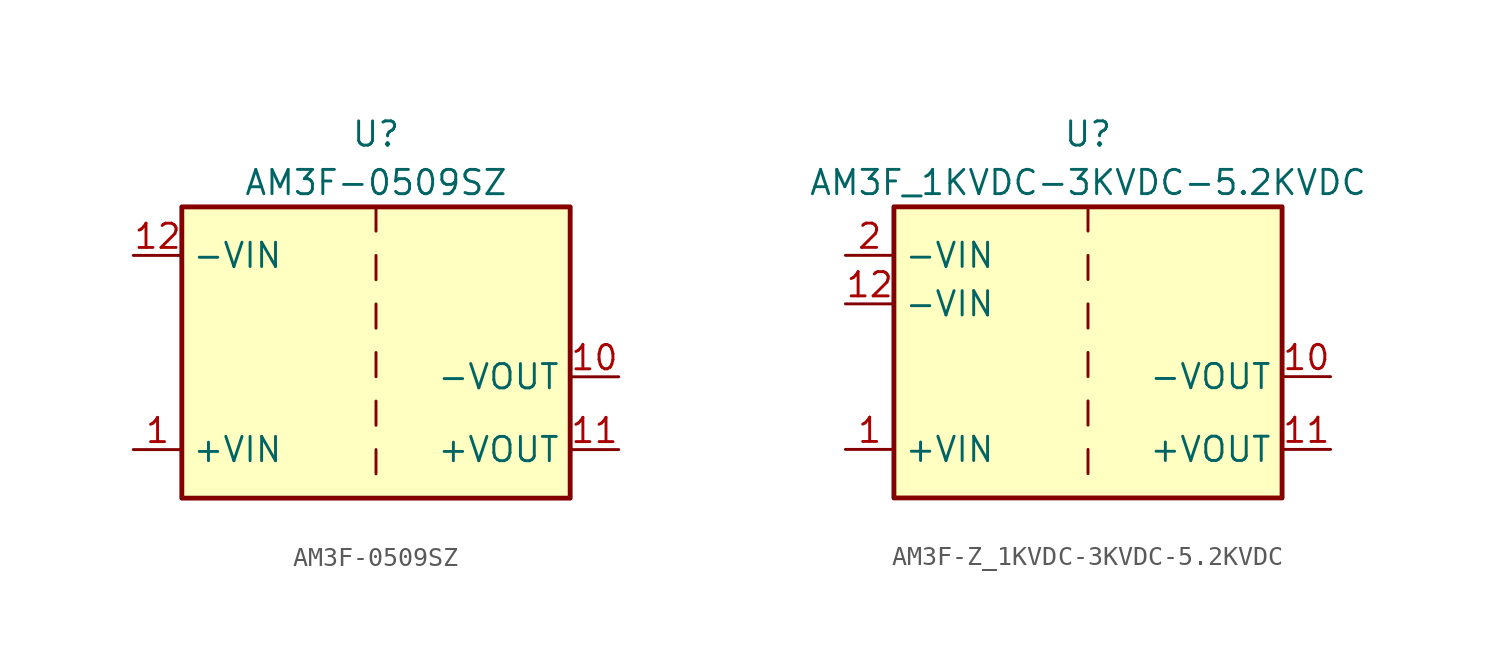
<source format=kicad_sym>
(kicad_symbol_lib
  (version 20231120)
  (generator "kicad_symbol_editor")
  (generator_version "8.0")
  (symbol "AM3F-0509SZ"
    (property "Reference" "U"
      (at 0 11.43 0)
      (effects (font (size 1.27 1.27))))
    (property "Value" "AM3F-0509SZ"
      (at 0 8.89 0)
      (effects (font (size 1.27 1.27))))
    (symbol "AM3F-0509SZ_0_1"
      (rectangle (start -10.16 7.62) (end 10.16 -7.62) (stroke (width 0.254) (type default)) (fill (type background)))
      (polyline (pts (xy 0 -5.08) (xy 0 -6.35)) (stroke (width 0) (type default)) (fill (type none)))
      (polyline (pts (xy 0 -2.54) (xy 0 -3.81)) (stroke (width 0) (type default)) (fill (type none)))
      (polyline (pts (xy 0 0) (xy 0 -1.27)) (stroke (width 0) (type default)) (fill (type none)))
      (polyline (pts (xy 0 2.54) (xy 0 1.27)) (stroke (width 0) (type default)) (fill (type none)))
      (polyline (pts (xy 0 5.08) (xy 0 3.81)) (stroke (width 0) (type default)) (fill (type none)))
      (polyline (pts (xy 0 7.62) (xy 0 6.35)) (stroke (width 0) (type default)) (fill (type none))))
    (symbol "AM3F-0509SZ_1_1"
      (pin power_in line (at -12.7 -5.08 0) (length 2.54) (name "+VIN" (effects (font (size 1.27 1.27)))) (number "1" (effects (font (size 1.27 1.27)))))
      (pin power_out line (at 12.7 -1.27 180) (length 2.54) (name "-VOUT" (effects (font (size 1.27 1.27)))) (number "10" (effects (font (size 1.27 1.27)))))
      (pin power_out line (at 12.7 -5.08 180) (length 2.54) (name "+VOUT" (effects (font (size 1.27 1.27)))) (number "11" (effects (font (size 1.27 1.27)))))
      (pin power_in line (at -12.7 5.08 0) (length 2.54) (name "-VIN" (effects (font (size 1.27 1.27)))) (number "12" (effects (font (size 1.27 1.27)))))
      (pin no_connect line (at -12.7 -1.27 0) (length 2.54) hide (name "NC" (effects (font (size 1.27 1.27)))) (number "2" (effects (font (size 1.27 1.27)))))
      (pin no_connect line (at -12.7 1.27 0) (length 2.54) hide (name "NC" (effects (font (size 1.27 1.27)))) (number "3" (effects (font (size 1.27 1.27)))))
      (pin no_connect line (at 12.7 5.08 180) (length 2.54) hide (name "NC" (effects (font (size 1.27 1.27)))) (number "9" (effects (font (size 1.27 1.27)))))))
  (symbol "AM3F-Z_1KVDC-3KVDC-5.2KVDC"
    (property "Reference" "U"
      (at 0 11.43 0)
      (effects (font (size 1.27 1.27))))
    (property "Value" "AM3F_1KVDC-3KVDC-5.2KVDC"
      (at 0 8.89 0)
      (effects (font (size 1.27 1.27))))
    (symbol "AM3F-Z_1KVDC-3KVDC-5.2KVDC_0_1"
      (rectangle (start -10.16 7.62) (end 10.16 -7.62) (stroke (width 0.254) (type default)) (fill (type background)))
      (polyline (pts (xy 0 -5.08) (xy 0 -6.35)) (stroke (width 0) (type default)) (fill (type none)))
      (polyline (pts (xy 0 -2.54) (xy 0 -3.81)) (stroke (width 0) (type default)) (fill (type none)))
      (polyline (pts (xy 0 0) (xy 0 -1.27)) (stroke (width 0) (type default)) (fill (type none)))
      (polyline (pts (xy 0 2.54) (xy 0 1.27)) (stroke (width 0) (type default)) (fill (type none)))
      (polyline (pts (xy 0 5.08) (xy 0 3.81)) (stroke (width 0) (type default)) (fill (type none)))
      (polyline (pts (xy 0 7.62) (xy 0 6.35)) (stroke (width 0) (type default)) (fill (type none))))
    (symbol "AM3F-Z_1KVDC-3KVDC-5.2KVDC_1_1"
      (pin power_in line (at -12.7 -5.08 0) (length 2.54) (name "+VIN" (effects (font (size 1.27 1.27)))) (number "1" (effects (font (size 1.27 1.27)))))
      (pin power_out line (at 12.7 -1.27 180) (length 2.54) (name "-VOUT" (effects (font (size 1.27 1.27)))) (number "10" (effects (font (size 1.27 1.27)))))
      (pin power_out line (at 12.7 -5.08 180) (length 2.54) (name "+VOUT" (effects (font (size 1.27 1.27)))) (number "11" (effects (font (size 1.27 1.27)))))
      (pin power_in line (at -12.7 2.54 0) (length 2.54) (name "-VIN" (effects (font (size 1.27 1.27)))) (number "12" (effects (font (size 1.27 1.27)))))
      (pin power_in line (at -12.7 5.08 0) (length 2.54) (name "-VIN" (effects (font (size 1.27 1.27)))) (number "2" (effects (font (size 1.27 1.27)))))
      (pin no_connect line (at -12.7 -1.27 0) (length 2.54) hide (name "NC" (effects (font (size 1.27 1.27)))) (number "3" (effects (font (size 1.27 1.27)))))
      (pin no_connect line (at 12.7 5.08 180) (length 2.54) hide (name "NC" (effects (font (size 1.27 1.27)))) (number "9" (effects (font (size 1.27 1.27))))))))
</source>
